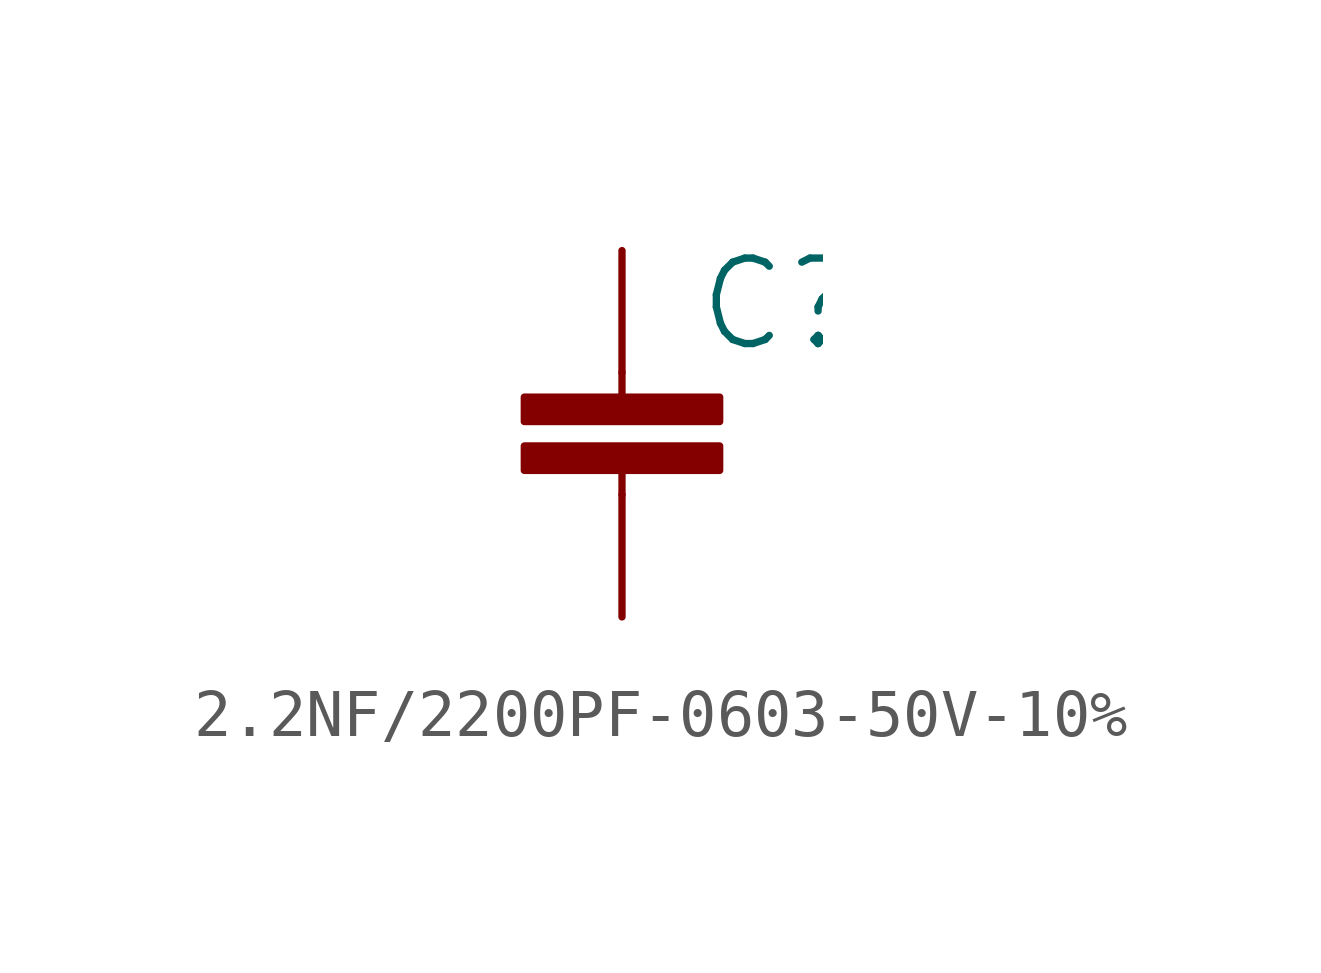
<source format=kicad_sym>
(kicad_symbol_lib
  (version 20220914)
  (generator kicad_symbol_editor)
  (symbol "2.2NF/2200PF-0603-50V-10%"
    (property "Reference" "C"
      (at 1.524 2.921 0)
      (effects (font (size 1.778 1.778)) (justify left bottom)))
    (property "Value" ""
      (at 1.524 -2.159 0)
      (effects (font (size 1.778 1.778)) (justify left bottom)))
    (property "ki_locked" ""
      (at 0 0 0)
      (effects (font (size 1.27 1.27))))
    (symbol "2.2NF/2200PF-0603-50V-10%_1_0"
      (rectangle (start -2.032 0.508) (end 2.032 1.016) (stroke (width 0) (type default)) (fill (type outline)))
      (rectangle (start -2.032 1.524) (end 2.032 2.032) (stroke (width 0) (type default)) (fill (type outline)))
      (polyline (pts (xy 0 0) (xy 0 0.508)) (stroke (width 0.152) (type solid)) (fill (type none)))
      (polyline (pts (xy 0 2.54) (xy 0 2.032)) (stroke (width 0.152) (type solid)) (fill (type none)))
      (pin passive line (at 0 5.08 270) (length 2.54) (name "1" (effects (font (size 0 0)))) (number "1" (effects (font (size 0 0)))))
      (pin passive line (at 0 -2.54 90) (length 2.54) (name "2" (effects (font (size 0 0)))) (number "2" (effects (font (size 0 0))))))))
</source>
